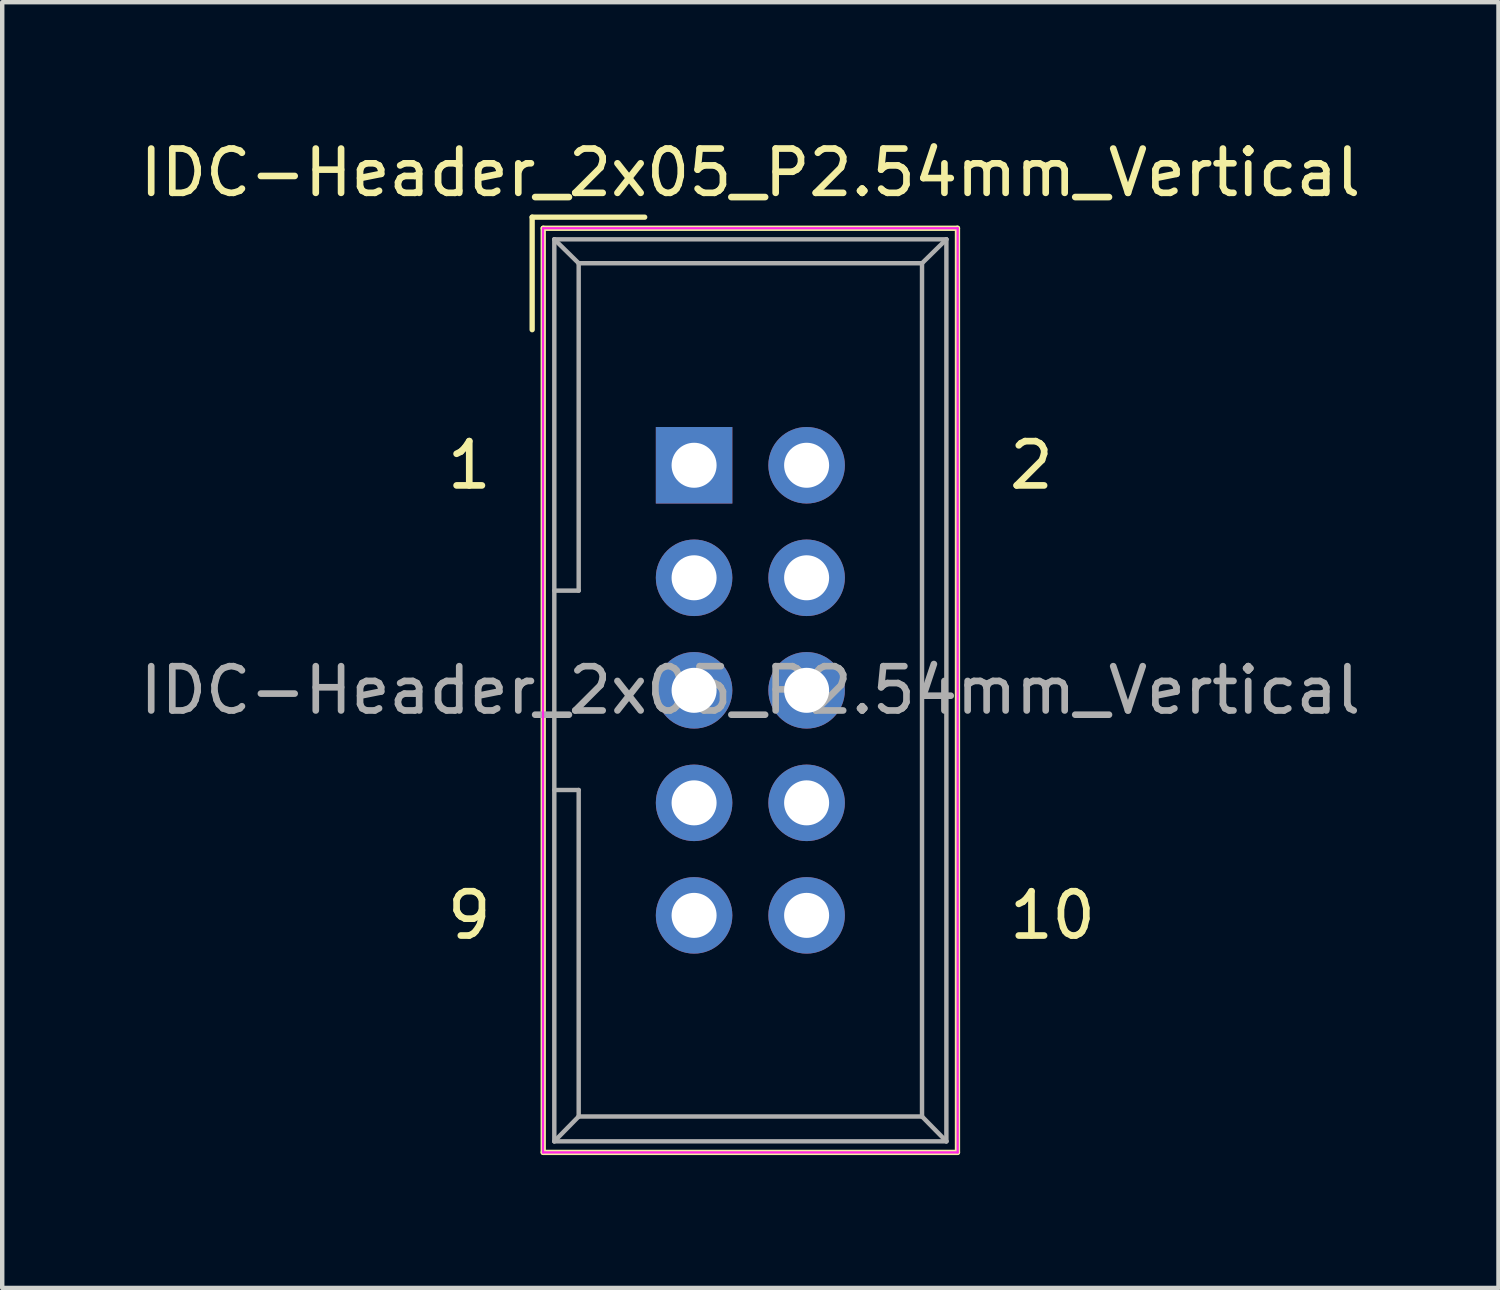
<source format=kicad_pcb>
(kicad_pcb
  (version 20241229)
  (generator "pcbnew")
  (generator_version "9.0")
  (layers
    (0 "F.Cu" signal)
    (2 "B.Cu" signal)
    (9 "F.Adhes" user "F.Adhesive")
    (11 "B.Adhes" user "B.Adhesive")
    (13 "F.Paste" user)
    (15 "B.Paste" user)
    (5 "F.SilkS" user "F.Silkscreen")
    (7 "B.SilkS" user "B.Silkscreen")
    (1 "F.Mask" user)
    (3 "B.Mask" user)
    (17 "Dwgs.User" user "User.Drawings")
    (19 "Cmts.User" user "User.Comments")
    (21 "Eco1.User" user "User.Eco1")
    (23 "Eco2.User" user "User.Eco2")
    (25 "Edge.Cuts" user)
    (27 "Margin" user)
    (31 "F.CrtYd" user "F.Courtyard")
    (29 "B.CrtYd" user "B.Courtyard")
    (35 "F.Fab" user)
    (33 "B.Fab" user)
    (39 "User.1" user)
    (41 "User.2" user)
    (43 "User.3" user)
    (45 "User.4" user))
  (footprint "IDC-Header_2x05_P2.54mm_Vertical"
    (layer "F.Cu")
    (at 12.617 7.452)
    (property "Reference" "IDC-Header_2x05_P2.54mm_Vertical" (at 1.27 -6.604 0) (layer "F.SilkS") (effects (font (size 1 1) (thickness 0.15))))
    (attr through_hole)
    (fp_line (start -3.655 -5.6) (end -3.655 -3.06) (stroke (width 0.12) (type solid)) (layer "F.SilkS"))
    (fp_line (start -3.655 -5.6) (end -1.115 -5.6) (stroke (width 0.12) (type solid)) (layer "F.SilkS"))
    (fp_line (start -3.405 -5.35) (end 5.945 -5.35) (stroke (width 0.12) (type solid)) (layer "F.SilkS"))
    (fp_line (start -3.405 15.51) (end -3.405 -5.35) (stroke (width 0.12) (type solid)) (layer "F.SilkS"))
    (fp_line (start 5.945 -5.35) (end 5.945 15.51) (stroke (width 0.12) (type solid)) (layer "F.SilkS"))
    (fp_line (start 5.945 15.51) (end -3.405 15.51) (stroke (width 0.12) (type solid)) (layer "F.SilkS"))
    (fp_line (start -3.41 -5.35) (end 5.95 -5.35) (stroke (width 0.05) (type solid)) (layer "F.CrtYd"))
    (fp_line (start -3.41 15.51) (end -3.41 -5.35) (stroke (width 0.05) (type solid)) (layer "F.CrtYd"))
    (fp_line (start 5.95 -5.35) (end 5.95 15.51) (stroke (width 0.05) (type solid)) (layer "F.CrtYd"))
    (fp_line (start 5.95 15.51) (end -3.41 15.51) (stroke (width 0.05) (type solid)) (layer "F.CrtYd"))
    (fp_line (start -3.155 -5.1) (end -3.155 15.26) (stroke (width 0.1) (type solid)) (layer "F.Fab"))
    (fp_line (start -3.155 -5.1) (end -2.605 -4.56) (stroke (width 0.1) (type solid)) (layer "F.Fab"))
    (fp_line (start -3.155 15.26) (end -2.605 14.7) (stroke (width 0.1) (type solid)) (layer "F.Fab"))
    (fp_line (start -2.605 -4.56) (end -2.605 2.83) (stroke (width 0.1) (type solid)) (layer "F.Fab"))
    (fp_line (start -2.605 2.83) (end -3.155 2.83) (stroke (width 0.1) (type solid)) (layer "F.Fab"))
    (fp_line (start -2.605 7.33) (end -3.155 7.33) (stroke (width 0.1) (type solid)) (layer "F.Fab"))
    (fp_line (start -2.605 7.33) (end -2.605 14.7) (stroke (width 0.1) (type solid)) (layer "F.Fab"))
    (fp_line (start 5.145 -4.56) (end -2.605 -4.56) (stroke (width 0.1) (type solid)) (layer "F.Fab"))
    (fp_line (start 5.145 -4.56) (end 5.145 14.7) (stroke (width 0.1) (type solid)) (layer "F.Fab"))
    (fp_line (start 5.145 14.7) (end -2.605 14.7) (stroke (width 0.1) (type solid)) (layer "F.Fab"))
    (fp_line (start 5.695 -5.1) (end -3.155 -5.1) (stroke (width 0.1) (type solid)) (layer "F.Fab"))
    (fp_line (start 5.695 -5.1) (end 5.145 -4.56) (stroke (width 0.1) (type solid)) (layer "F.Fab"))
    (fp_line (start 5.695 -5.1) (end 5.695 15.26) (stroke (width 0.1) (type solid)) (layer "F.Fab"))
    (fp_line (start 5.695 15.26) (end -3.155 15.26) (stroke (width 0.1) (type solid)) (layer "F.Fab"))
    (fp_line (start 5.695 15.26) (end 5.145 14.7) (stroke (width 0.1) (type solid)) (layer "F.Fab"))
    (fp_text user "1" (at -4.5 0 0) (layer "F.SilkS") (effects (font (size 1 1) (thickness 0.15)) (justify right)))
    (fp_text user "9" (at -4.5 10.16 0) (layer "F.SilkS") (effects (font (size 1 1) (thickness 0.15)) (justify right)))
    (fp_text user "2" (at 7.04 0 0) (layer "F.SilkS") (effects (font (size 1 1) (thickness 0.15)) (justify left)))
    (fp_text user "10" (at 7.04 10.16 0) (layer "F.SilkS") (effects (font (size 1 1) (thickness 0.15)) (justify left)))
    (fp_text user "${REFERENCE}" (at 1.27 5.08 0) (layer "F.Fab") (effects (font (size 1 1) (thickness 0.15))))
    (pad "1" thru_hole rect (at 0 0) (size 1.727 1.727) (drill 1.016) (layers "*.Cu" "*.Mask"))
    (pad "2" thru_hole oval (at 2.54 0) (size 1.727 1.727) (drill 1.016) (layers "*.Cu" "*.Mask"))
    (pad "3" thru_hole oval (at 0 2.54) (size 1.727 1.727) (drill 1.016) (layers "*.Cu" "*.Mask"))
    (pad "4" thru_hole oval (at 2.54 2.54) (size 1.727 1.727) (drill 1.016) (layers "*.Cu" "*.Mask"))
    (pad "5" thru_hole oval (at 0 5.08) (size 1.727 1.727) (drill 1.016) (layers "*.Cu" "*.Mask"))
    (pad "6" thru_hole oval (at 2.54 5.08) (size 1.727 1.727) (drill 1.016) (layers "*.Cu" "*.Mask"))
    (pad "7" thru_hole oval (at 0 7.62) (size 1.727 1.727) (drill 1.016) (layers "*.Cu" "*.Mask"))
    (pad "8" thru_hole oval (at 2.54 7.62) (size 1.727 1.727) (drill 1.016) (layers "*.Cu" "*.Mask"))
    (pad "9" thru_hole oval (at 0 10.16) (size 1.727 1.727) (drill 1.016) (layers "*.Cu" "*.Mask"))
    (pad "10" thru_hole oval (at 2.54 10.16) (size 1.727 1.727) (drill 1.016) (layers "*.Cu" "*.Mask")))
  (gr_rect
    (start -3 -3)
    (end 30.774 26.022)
    (stroke (width 0.1) (type default))
    (fill no)
    (layer "Edge.Cuts")))
</source>
